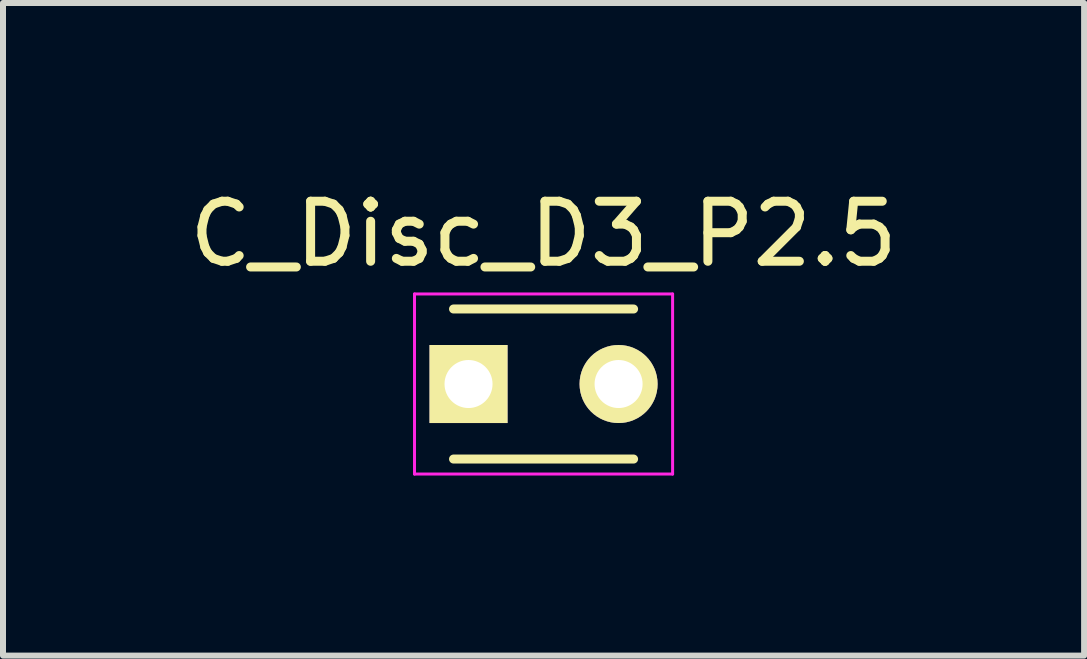
<source format=kicad_pcb>
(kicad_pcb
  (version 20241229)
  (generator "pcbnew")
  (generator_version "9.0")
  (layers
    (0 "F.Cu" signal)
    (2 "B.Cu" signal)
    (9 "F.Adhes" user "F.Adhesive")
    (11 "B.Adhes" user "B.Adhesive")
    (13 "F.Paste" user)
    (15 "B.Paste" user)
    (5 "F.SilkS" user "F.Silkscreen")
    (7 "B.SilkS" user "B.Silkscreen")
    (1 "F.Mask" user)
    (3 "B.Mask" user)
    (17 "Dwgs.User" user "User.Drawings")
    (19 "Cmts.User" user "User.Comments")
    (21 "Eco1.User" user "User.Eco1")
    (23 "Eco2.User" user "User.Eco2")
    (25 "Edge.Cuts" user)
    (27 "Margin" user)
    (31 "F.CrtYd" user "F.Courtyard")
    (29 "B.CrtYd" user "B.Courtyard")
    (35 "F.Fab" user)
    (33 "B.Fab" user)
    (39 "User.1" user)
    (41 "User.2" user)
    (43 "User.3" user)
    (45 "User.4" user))
  (footprint "C_Disc_D3_P2.5"
    (layer "F.Cu")
    (at 4.756 3.348)
    (property "Reference" "C_Disc_D3_P2.5" (at 1.25 -2.5 0) (layer "F.SilkS") (effects (font (size 1 1) (thickness 0.15))))
    (attr through_hole)
    (fp_line (start -0.25 -1.25) (end 2.75 -1.25) (stroke (width 0.15) (type solid)) (layer "F.SilkS"))
    (fp_line (start 2.75 1.25) (end -0.25 1.25) (stroke (width 0.15) (type solid)) (layer "F.SilkS"))
    (fp_line (start -0.9 -1.5) (end 3.4 -1.5) (stroke (width 0.05) (type solid)) (layer "F.CrtYd"))
    (fp_line (start -0.9 1.5) (end -0.9 -1.5) (stroke (width 0.05) (type solid)) (layer "F.CrtYd"))
    (fp_line (start 3.4 -1.5) (end 3.4 1.5) (stroke (width 0.05) (type solid)) (layer "F.CrtYd"))
    (fp_line (start 3.4 1.5) (end -0.9 1.5) (stroke (width 0.05) (type solid)) (layer "F.CrtYd"))
    (pad "1" thru_hole rect (at 0 0) (size 1.3 1.3) (drill 0.8) (layers "*.Cu" "*.Mask" "F.SilkS"))
    (pad "2" thru_hole circle (at 2.5 0) (size 1.3 1.3) (drill 0.8) (layers "*.Cu" "*.Mask" "F.SilkS")))
  (gr_rect
    (start -3 -3)
    (end 15.012 7.873)
    (stroke (width 0.1) (type default))
    (fill no)
    (layer "Edge.Cuts")))
</source>
